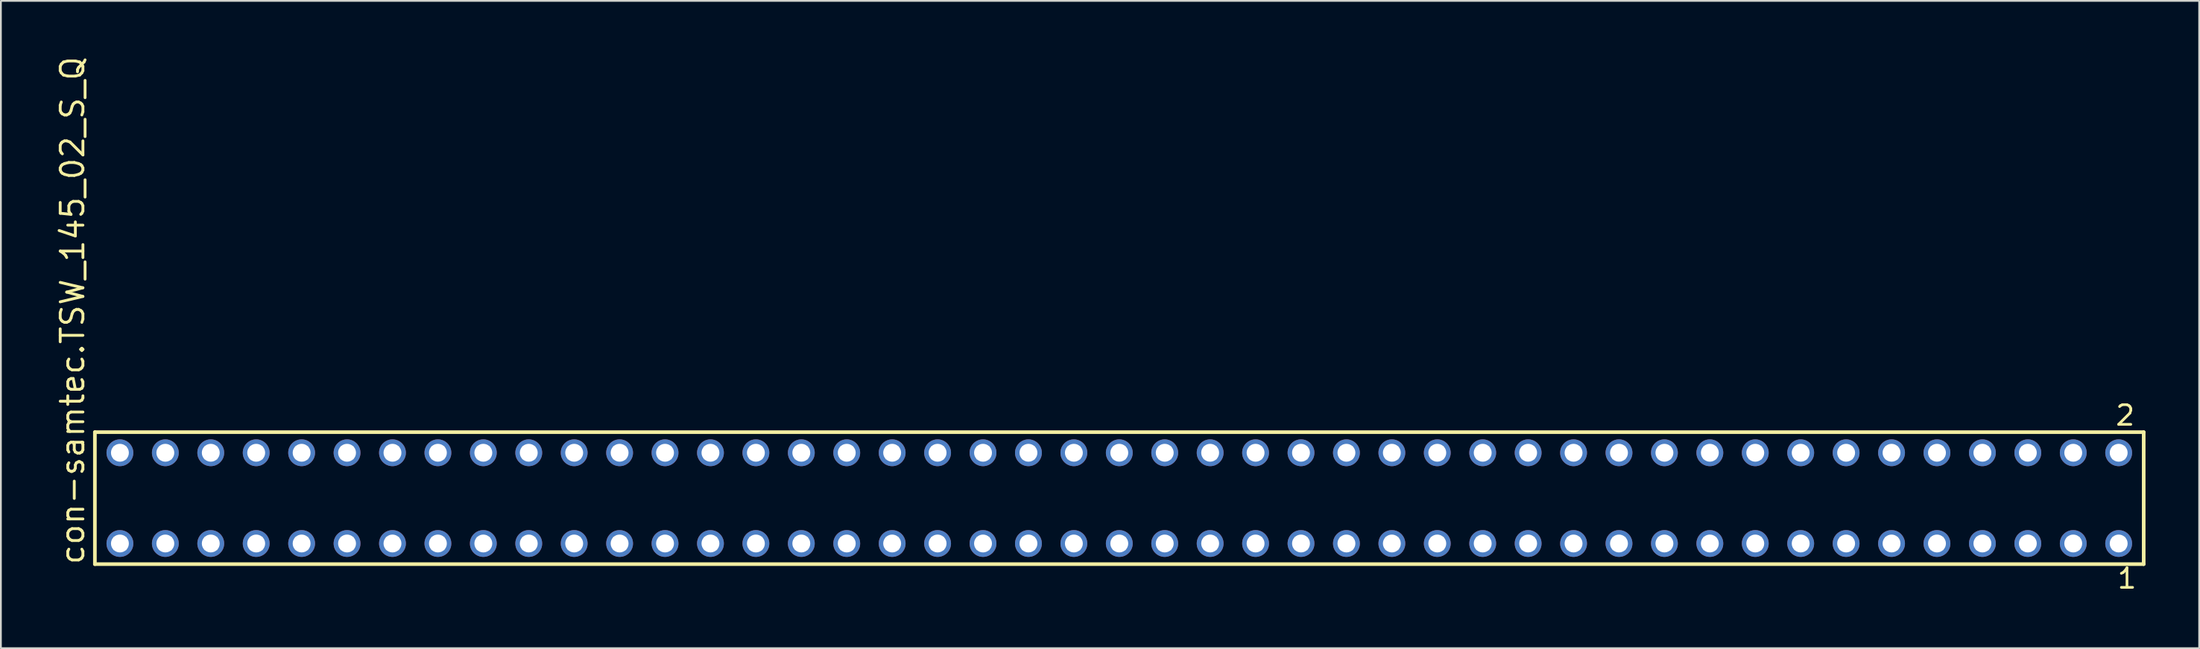
<source format=kicad_pcb>
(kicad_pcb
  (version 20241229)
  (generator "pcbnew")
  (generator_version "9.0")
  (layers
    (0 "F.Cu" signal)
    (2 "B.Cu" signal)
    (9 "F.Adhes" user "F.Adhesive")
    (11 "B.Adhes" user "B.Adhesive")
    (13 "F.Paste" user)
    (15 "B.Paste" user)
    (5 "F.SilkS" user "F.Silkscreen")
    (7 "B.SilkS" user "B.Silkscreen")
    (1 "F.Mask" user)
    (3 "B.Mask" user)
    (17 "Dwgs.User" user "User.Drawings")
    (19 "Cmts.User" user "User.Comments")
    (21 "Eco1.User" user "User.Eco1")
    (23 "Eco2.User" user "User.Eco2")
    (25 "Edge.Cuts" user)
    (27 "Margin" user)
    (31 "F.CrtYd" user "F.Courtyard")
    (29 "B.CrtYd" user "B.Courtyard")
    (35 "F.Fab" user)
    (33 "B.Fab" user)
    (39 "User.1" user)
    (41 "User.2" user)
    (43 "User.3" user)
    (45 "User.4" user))
  (footprint "con-samtec.TSW_145_02_S_Q"
    (layer "F.Cu")
    (at 59.535 24.84)
    (property "Reference" "con-samtec.TSW_145_02_S_Q" (at -57.785 3.81 90) (layer "F.SilkS") (effects (font (size 1.27 1.27) (thickness 0.16)) (justify left bottom)))
    (attr through_hole)
    (fp_line (start -57.279 -3.695) (end 57.279 -3.695) (stroke (width 0.203) (type default)) (layer "F.SilkS"))
    (fp_line (start -57.279 3.695) (end -57.279 -3.695) (stroke (width 0.203) (type default)) (layer "F.SilkS"))
    (fp_line (start 57.279 -3.695) (end 57.279 3.695) (stroke (width 0.203) (type default)) (layer "F.SilkS"))
    (fp_line (start 57.279 3.695) (end -57.279 3.695) (stroke (width 0.203) (type default)) (layer "F.SilkS"))
    (fp_rect (start -56.23 -2.19) (end -55.53 -2.89) (stroke (width 0.05) (type default)) (fill no) (layer "F.Fab"))
    (fp_rect (start -56.23 2.89) (end -55.53 2.19) (stroke (width 0.05) (type default)) (fill no) (layer "F.Fab"))
    (fp_rect (start -53.69 -2.19) (end -52.99 -2.89) (stroke (width 0.05) (type default)) (fill no) (layer "F.Fab"))
    (fp_rect (start -53.69 2.89) (end -52.99 2.19) (stroke (width 0.05) (type default)) (fill no) (layer "F.Fab"))
    (fp_rect (start -51.15 -2.19) (end -50.45 -2.89) (stroke (width 0.05) (type default)) (fill no) (layer "F.Fab"))
    (fp_rect (start -51.15 2.89) (end -50.45 2.19) (stroke (width 0.05) (type default)) (fill no) (layer "F.Fab"))
    (fp_rect (start -48.61 -2.19) (end -47.91 -2.89) (stroke (width 0.05) (type default)) (fill no) (layer "F.Fab"))
    (fp_rect (start -48.61 2.89) (end -47.91 2.19) (stroke (width 0.05) (type default)) (fill no) (layer "F.Fab"))
    (fp_rect (start -46.07 -2.19) (end -45.37 -2.89) (stroke (width 0.05) (type default)) (fill no) (layer "F.Fab"))
    (fp_rect (start -46.07 2.89) (end -45.37 2.19) (stroke (width 0.05) (type default)) (fill no) (layer "F.Fab"))
    (fp_rect (start -43.53 -2.19) (end -42.83 -2.89) (stroke (width 0.05) (type default)) (fill no) (layer "F.Fab"))
    (fp_rect (start -43.53 2.89) (end -42.83 2.19) (stroke (width 0.05) (type default)) (fill no) (layer "F.Fab"))
    (fp_rect (start -40.99 -2.19) (end -40.29 -2.89) (stroke (width 0.05) (type default)) (fill no) (layer "F.Fab"))
    (fp_rect (start -40.99 2.89) (end -40.29 2.19) (stroke (width 0.05) (type default)) (fill no) (layer "F.Fab"))
    (fp_rect (start -38.45 -2.19) (end -37.75 -2.89) (stroke (width 0.05) (type default)) (fill no) (layer "F.Fab"))
    (fp_rect (start -38.45 2.89) (end -37.75 2.19) (stroke (width 0.05) (type default)) (fill no) (layer "F.Fab"))
    (fp_rect (start -35.91 -2.19) (end -35.21 -2.89) (stroke (width 0.05) (type default)) (fill no) (layer "F.Fab"))
    (fp_rect (start -35.91 2.89) (end -35.21 2.19) (stroke (width 0.05) (type default)) (fill no) (layer "F.Fab"))
    (fp_rect (start -33.37 -2.19) (end -32.67 -2.89) (stroke (width 0.05) (type default)) (fill no) (layer "F.Fab"))
    (fp_rect (start -33.37 2.89) (end -32.67 2.19) (stroke (width 0.05) (type default)) (fill no) (layer "F.Fab"))
    (fp_rect (start -30.83 -2.19) (end -30.13 -2.89) (stroke (width 0.05) (type default)) (fill no) (layer "F.Fab"))
    (fp_rect (start -30.83 2.89) (end -30.13 2.19) (stroke (width 0.05) (type default)) (fill no) (layer "F.Fab"))
    (fp_rect (start -28.29 -2.19) (end -27.59 -2.89) (stroke (width 0.05) (type default)) (fill no) (layer "F.Fab"))
    (fp_rect (start -28.29 2.89) (end -27.59 2.19) (stroke (width 0.05) (type default)) (fill no) (layer "F.Fab"))
    (fp_rect (start -25.75 -2.19) (end -25.05 -2.89) (stroke (width 0.05) (type default)) (fill no) (layer "F.Fab"))
    (fp_rect (start -25.75 2.89) (end -25.05 2.19) (stroke (width 0.05) (type default)) (fill no) (layer "F.Fab"))
    (fp_rect (start -23.21 -2.19) (end -22.51 -2.89) (stroke (width 0.05) (type default)) (fill no) (layer "F.Fab"))
    (fp_rect (start -23.21 2.89) (end -22.51 2.19) (stroke (width 0.05) (type default)) (fill no) (layer "F.Fab"))
    (fp_rect (start -20.67 -2.19) (end -19.97 -2.89) (stroke (width 0.05) (type default)) (fill no) (layer "F.Fab"))
    (fp_rect (start -20.67 2.89) (end -19.97 2.19) (stroke (width 0.05) (type default)) (fill no) (layer "F.Fab"))
    (fp_rect (start -18.13 -2.19) (end -17.43 -2.89) (stroke (width 0.05) (type default)) (fill no) (layer "F.Fab"))
    (fp_rect (start -18.13 2.89) (end -17.43 2.19) (stroke (width 0.05) (type default)) (fill no) (layer "F.Fab"))
    (fp_rect (start -15.59 -2.19) (end -14.89 -2.89) (stroke (width 0.05) (type default)) (fill no) (layer "F.Fab"))
    (fp_rect (start -15.59 2.89) (end -14.89 2.19) (stroke (width 0.05) (type default)) (fill no) (layer "F.Fab"))
    (fp_rect (start -13.05 -2.19) (end -12.35 -2.89) (stroke (width 0.05) (type default)) (fill no) (layer "F.Fab"))
    (fp_rect (start -13.05 2.89) (end -12.35 2.19) (stroke (width 0.05) (type default)) (fill no) (layer "F.Fab"))
    (fp_rect (start -10.51 -2.19) (end -9.81 -2.89) (stroke (width 0.05) (type default)) (fill no) (layer "F.Fab"))
    (fp_rect (start -10.51 2.89) (end -9.81 2.19) (stroke (width 0.05) (type default)) (fill no) (layer "F.Fab"))
    (fp_rect (start -7.97 -2.19) (end -7.27 -2.89) (stroke (width 0.05) (type default)) (fill no) (layer "F.Fab"))
    (fp_rect (start -7.97 2.89) (end -7.27 2.19) (stroke (width 0.05) (type default)) (fill no) (layer "F.Fab"))
    (fp_rect (start -5.43 -2.19) (end -4.73 -2.89) (stroke (width 0.05) (type default)) (fill no) (layer "F.Fab"))
    (fp_rect (start -5.43 2.89) (end -4.73 2.19) (stroke (width 0.05) (type default)) (fill no) (layer "F.Fab"))
    (fp_rect (start -2.89 -2.19) (end -2.19 -2.89) (stroke (width 0.05) (type default)) (fill no) (layer "F.Fab"))
    (fp_rect (start -2.89 2.89) (end -2.19 2.19) (stroke (width 0.05) (type default)) (fill no) (layer "F.Fab"))
    (fp_rect (start -0.35 -2.19) (end 0.35 -2.89) (stroke (width 0.05) (type default)) (fill no) (layer "F.Fab"))
    (fp_rect (start -0.35 2.89) (end 0.35 2.19) (stroke (width 0.05) (type default)) (fill no) (layer "F.Fab"))
    (fp_rect (start 2.19 -2.19) (end 2.89 -2.89) (stroke (width 0.05) (type default)) (fill no) (layer "F.Fab"))
    (fp_rect (start 2.19 2.89) (end 2.89 2.19) (stroke (width 0.05) (type default)) (fill no) (layer "F.Fab"))
    (fp_rect (start 4.73 -2.19) (end 5.43 -2.89) (stroke (width 0.05) (type default)) (fill no) (layer "F.Fab"))
    (fp_rect (start 4.73 2.89) (end 5.43 2.19) (stroke (width 0.05) (type default)) (fill no) (layer "F.Fab"))
    (fp_rect (start 7.27 -2.19) (end 7.97 -2.89) (stroke (width 0.05) (type default)) (fill no) (layer "F.Fab"))
    (fp_rect (start 7.27 2.89) (end 7.97 2.19) (stroke (width 0.05) (type default)) (fill no) (layer "F.Fab"))
    (fp_rect (start 9.81 -2.19) (end 10.51 -2.89) (stroke (width 0.05) (type default)) (fill no) (layer "F.Fab"))
    (fp_rect (start 9.81 2.89) (end 10.51 2.19) (stroke (width 0.05) (type default)) (fill no) (layer "F.Fab"))
    (fp_rect (start 12.35 -2.19) (end 13.05 -2.89) (stroke (width 0.05) (type default)) (fill no) (layer "F.Fab"))
    (fp_rect (start 12.35 2.89) (end 13.05 2.19) (stroke (width 0.05) (type default)) (fill no) (layer "F.Fab"))
    (fp_rect (start 14.89 -2.19) (end 15.59 -2.89) (stroke (width 0.05) (type default)) (fill no) (layer "F.Fab"))
    (fp_rect (start 14.89 2.89) (end 15.59 2.19) (stroke (width 0.05) (type default)) (fill no) (layer "F.Fab"))
    (fp_rect (start 17.43 -2.19) (end 18.13 -2.89) (stroke (width 0.05) (type default)) (fill no) (layer "F.Fab"))
    (fp_rect (start 17.43 2.89) (end 18.13 2.19) (stroke (width 0.05) (type default)) (fill no) (layer "F.Fab"))
    (fp_rect (start 19.97 -2.19) (end 20.67 -2.89) (stroke (width 0.05) (type default)) (fill no) (layer "F.Fab"))
    (fp_rect (start 19.97 2.89) (end 20.67 2.19) (stroke (width 0.05) (type default)) (fill no) (layer "F.Fab"))
    (fp_rect (start 22.51 -2.19) (end 23.21 -2.89) (stroke (width 0.05) (type default)) (fill no) (layer "F.Fab"))
    (fp_rect (start 22.51 2.89) (end 23.21 2.19) (stroke (width 0.05) (type default)) (fill no) (layer "F.Fab"))
    (fp_rect (start 25.05 -2.19) (end 25.75 -2.89) (stroke (width 0.05) (type default)) (fill no) (layer "F.Fab"))
    (fp_rect (start 25.05 2.89) (end 25.75 2.19) (stroke (width 0.05) (type default)) (fill no) (layer "F.Fab"))
    (fp_rect (start 27.59 -2.19) (end 28.29 -2.89) (stroke (width 0.05) (type default)) (fill no) (layer "F.Fab"))
    (fp_rect (start 27.59 2.89) (end 28.29 2.19) (stroke (width 0.05) (type default)) (fill no) (layer "F.Fab"))
    (fp_rect (start 30.13 -2.19) (end 30.83 -2.89) (stroke (width 0.05) (type default)) (fill no) (layer "F.Fab"))
    (fp_rect (start 30.13 2.89) (end 30.83 2.19) (stroke (width 0.05) (type default)) (fill no) (layer "F.Fab"))
    (fp_rect (start 32.67 -2.19) (end 33.37 -2.89) (stroke (width 0.05) (type default)) (fill no) (layer "F.Fab"))
    (fp_rect (start 32.67 2.89) (end 33.37 2.19) (stroke (width 0.05) (type default)) (fill no) (layer "F.Fab"))
    (fp_rect (start 35.21 -2.19) (end 35.91 -2.89) (stroke (width 0.05) (type default)) (fill no) (layer "F.Fab"))
    (fp_rect (start 35.21 2.89) (end 35.91 2.19) (stroke (width 0.05) (type default)) (fill no) (layer "F.Fab"))
    (fp_rect (start 37.75 -2.19) (end 38.45 -2.89) (stroke (width 0.05) (type default)) (fill no) (layer "F.Fab"))
    (fp_rect (start 37.75 2.89) (end 38.45 2.19) (stroke (width 0.05) (type default)) (fill no) (layer "F.Fab"))
    (fp_rect (start 40.29 -2.19) (end 40.99 -2.89) (stroke (width 0.05) (type default)) (fill no) (layer "F.Fab"))
    (fp_rect (start 40.29 2.89) (end 40.99 2.19) (stroke (width 0.05) (type default)) (fill no) (layer "F.Fab"))
    (fp_rect (start 42.83 -2.19) (end 43.53 -2.89) (stroke (width 0.05) (type default)) (fill no) (layer "F.Fab"))
    (fp_rect (start 42.83 2.89) (end 43.53 2.19) (stroke (width 0.05) (type default)) (fill no) (layer "F.Fab"))
    (fp_rect (start 45.37 -2.19) (end 46.07 -2.89) (stroke (width 0.05) (type default)) (fill no) (layer "F.Fab"))
    (fp_rect (start 45.37 2.89) (end 46.07 2.19) (stroke (width 0.05) (type default)) (fill no) (layer "F.Fab"))
    (fp_rect (start 47.91 -2.19) (end 48.61 -2.89) (stroke (width 0.05) (type default)) (fill no) (layer "F.Fab"))
    (fp_rect (start 47.91 2.89) (end 48.61 2.19) (stroke (width 0.05) (type default)) (fill no) (layer "F.Fab"))
    (fp_rect (start 50.45 -2.19) (end 51.15 -2.89) (stroke (width 0.05) (type default)) (fill no) (layer "F.Fab"))
    (fp_rect (start 50.45 2.89) (end 51.15 2.19) (stroke (width 0.05) (type default)) (fill no) (layer "F.Fab"))
    (fp_rect (start 52.99 -2.19) (end 53.69 -2.89) (stroke (width 0.05) (type default)) (fill no) (layer "F.Fab"))
    (fp_rect (start 52.99 2.89) (end 53.69 2.19) (stroke (width 0.05) (type default)) (fill no) (layer "F.Fab"))
    (fp_rect (start 55.53 -2.19) (end 56.23 -2.89) (stroke (width 0.05) (type default)) (fill no) (layer "F.Fab"))
    (fp_rect (start 55.53 2.89) (end 56.23 2.19) (stroke (width 0.05) (type default)) (fill no) (layer "F.Fab"))
    (fp_text user "2" (at 55.622 -3.989 0) (layer "F.SilkS") (effects (font (size 1.1 1.1) (thickness 0.15)) (justify left bottom)))
    (fp_text user "1" (at 55.722 5.138 0) (layer "F.SilkS") (effects (font (size 1.1 1.1) (thickness 0.15)) (justify left bottom)))
    (pad "1" thru_hole circle (at 55.88 2.54 180) (size 1.5 1.5) (drill 1) (layers "*.Cu" "*.Mask"))
    (pad "2" thru_hole circle (at 55.88 -2.54 180) (size 1.5 1.5) (drill 1) (layers "*.Cu" "*.Mask"))
    (pad "3" thru_hole circle (at 53.34 2.54 180) (size 1.5 1.5) (drill 1) (layers "*.Cu" "*.Mask"))
    (pad "4" thru_hole circle (at 53.34 -2.54 180) (size 1.5 1.5) (drill 1) (layers "*.Cu" "*.Mask"))
    (pad "5" thru_hole circle (at 50.8 2.54 180) (size 1.5 1.5) (drill 1) (layers "*.Cu" "*.Mask"))
    (pad "6" thru_hole circle (at 50.8 -2.54 180) (size 1.5 1.5) (drill 1) (layers "*.Cu" "*.Mask"))
    (pad "7" thru_hole circle (at 48.26 2.54 180) (size 1.5 1.5) (drill 1) (layers "*.Cu" "*.Mask"))
    (pad "8" thru_hole circle (at 48.26 -2.54 180) (size 1.5 1.5) (drill 1) (layers "*.Cu" "*.Mask"))
    (pad "9" thru_hole circle (at 45.72 2.54 180) (size 1.5 1.5) (drill 1) (layers "*.Cu" "*.Mask"))
    (pad "10" thru_hole circle (at 45.72 -2.54 180) (size 1.5 1.5) (drill 1) (layers "*.Cu" "*.Mask"))
    (pad "11" thru_hole circle (at 43.18 2.54 180) (size 1.5 1.5) (drill 1) (layers "*.Cu" "*.Mask"))
    (pad "12" thru_hole circle (at 43.18 -2.54 180) (size 1.5 1.5) (drill 1) (layers "*.Cu" "*.Mask"))
    (pad "13" thru_hole circle (at 40.64 2.54 180) (size 1.5 1.5) (drill 1) (layers "*.Cu" "*.Mask"))
    (pad "14" thru_hole circle (at 40.64 -2.54 180) (size 1.5 1.5) (drill 1) (layers "*.Cu" "*.Mask"))
    (pad "15" thru_hole circle (at 38.1 2.54 180) (size 1.5 1.5) (drill 1) (layers "*.Cu" "*.Mask"))
    (pad "16" thru_hole circle (at 38.1 -2.54 180) (size 1.5 1.5) (drill 1) (layers "*.Cu" "*.Mask"))
    (pad "17" thru_hole circle (at 35.56 2.54 180) (size 1.5 1.5) (drill 1) (layers "*.Cu" "*.Mask"))
    (pad "18" thru_hole circle (at 35.56 -2.54 180) (size 1.5 1.5) (drill 1) (layers "*.Cu" "*.Mask"))
    (pad "19" thru_hole circle (at 33.02 2.54 180) (size 1.5 1.5) (drill 1) (layers "*.Cu" "*.Mask"))
    (pad "20" thru_hole circle (at 33.02 -2.54 180) (size 1.5 1.5) (drill 1) (layers "*.Cu" "*.Mask"))
    (pad "21" thru_hole circle (at 30.48 2.54 180) (size 1.5 1.5) (drill 1) (layers "*.Cu" "*.Mask"))
    (pad "22" thru_hole circle (at 30.48 -2.54 180) (size 1.5 1.5) (drill 1) (layers "*.Cu" "*.Mask"))
    (pad "23" thru_hole circle (at 27.94 2.54 180) (size 1.5 1.5) (drill 1) (layers "*.Cu" "*.Mask"))
    (pad "24" thru_hole circle (at 27.94 -2.54 180) (size 1.5 1.5) (drill 1) (layers "*.Cu" "*.Mask"))
    (pad "25" thru_hole circle (at 25.4 2.54 180) (size 1.5 1.5) (drill 1) (layers "*.Cu" "*.Mask"))
    (pad "26" thru_hole circle (at 25.4 -2.54 180) (size 1.5 1.5) (drill 1) (layers "*.Cu" "*.Mask"))
    (pad "27" thru_hole circle (at 22.86 2.54 180) (size 1.5 1.5) (drill 1) (layers "*.Cu" "*.Mask"))
    (pad "28" thru_hole circle (at 22.86 -2.54 180) (size 1.5 1.5) (drill 1) (layers "*.Cu" "*.Mask"))
    (pad "29" thru_hole circle (at 20.32 2.54 180) (size 1.5 1.5) (drill 1) (layers "*.Cu" "*.Mask"))
    (pad "30" thru_hole circle (at 20.32 -2.54 180) (size 1.5 1.5) (drill 1) (layers "*.Cu" "*.Mask"))
    (pad "31" thru_hole circle (at 17.78 2.54 180) (size 1.5 1.5) (drill 1) (layers "*.Cu" "*.Mask"))
    (pad "32" thru_hole circle (at 17.78 -2.54 180) (size 1.5 1.5) (drill 1) (layers "*.Cu" "*.Mask"))
    (pad "33" thru_hole circle (at 15.24 2.54 180) (size 1.5 1.5) (drill 1) (layers "*.Cu" "*.Mask"))
    (pad "34" thru_hole circle (at 15.24 -2.54 180) (size 1.5 1.5) (drill 1) (layers "*.Cu" "*.Mask"))
    (pad "35" thru_hole circle (at 12.7 2.54 180) (size 1.5 1.5) (drill 1) (layers "*.Cu" "*.Mask"))
    (pad "36" thru_hole circle (at 12.7 -2.54 180) (size 1.5 1.5) (drill 1) (layers "*.Cu" "*.Mask"))
    (pad "37" thru_hole circle (at 10.16 2.54 180) (size 1.5 1.5) (drill 1) (layers "*.Cu" "*.Mask"))
    (pad "38" thru_hole circle (at 10.16 -2.54 180) (size 1.5 1.5) (drill 1) (layers "*.Cu" "*.Mask"))
    (pad "39" thru_hole circle (at 7.62 2.54 180) (size 1.5 1.5) (drill 1) (layers "*.Cu" "*.Mask"))
    (pad "40" thru_hole circle (at 7.62 -2.54 180) (size 1.5 1.5) (drill 1) (layers "*.Cu" "*.Mask"))
    (pad "41" thru_hole circle (at 5.08 2.54 180) (size 1.5 1.5) (drill 1) (layers "*.Cu" "*.Mask"))
    (pad "42" thru_hole circle (at 5.08 -2.54 180) (size 1.5 1.5) (drill 1) (layers "*.Cu" "*.Mask"))
    (pad "43" thru_hole circle (at 2.54 2.54 180) (size 1.5 1.5) (drill 1) (layers "*.Cu" "*.Mask"))
    (pad "44" thru_hole circle (at 2.54 -2.54 180) (size 1.5 1.5) (drill 1) (layers "*.Cu" "*.Mask"))
    (pad "45" thru_hole circle (at 0 2.54 180) (size 1.5 1.5) (drill 1) (layers "*.Cu" "*.Mask"))
    (pad "46" thru_hole circle (at 0 -2.54 180) (size 1.5 1.5) (drill 1) (layers "*.Cu" "*.Mask"))
    (pad "47" thru_hole circle (at -2.54 2.54 180) (size 1.5 1.5) (drill 1) (layers "*.Cu" "*.Mask"))
    (pad "48" thru_hole circle (at -2.54 -2.54 180) (size 1.5 1.5) (drill 1) (layers "*.Cu" "*.Mask"))
    (pad "49" thru_hole circle (at -5.08 2.54 180) (size 1.5 1.5) (drill 1) (layers "*.Cu" "*.Mask"))
    (pad "50" thru_hole circle (at -5.08 -2.54 180) (size 1.5 1.5) (drill 1) (layers "*.Cu" "*.Mask"))
    (pad "51" thru_hole circle (at -7.62 2.54 180) (size 1.5 1.5) (drill 1) (layers "*.Cu" "*.Mask"))
    (pad "52" thru_hole circle (at -7.62 -2.54 180) (size 1.5 1.5) (drill 1) (layers "*.Cu" "*.Mask"))
    (pad "53" thru_hole circle (at -10.16 2.54 180) (size 1.5 1.5) (drill 1) (layers "*.Cu" "*.Mask"))
    (pad "54" thru_hole circle (at -10.16 -2.54 180) (size 1.5 1.5) (drill 1) (layers "*.Cu" "*.Mask"))
    (pad "55" thru_hole circle (at -12.7 2.54 180) (size 1.5 1.5) (drill 1) (layers "*.Cu" "*.Mask"))
    (pad "56" thru_hole circle (at -12.7 -2.54 180) (size 1.5 1.5) (drill 1) (layers "*.Cu" "*.Mask"))
    (pad "57" thru_hole circle (at -15.24 2.54 180) (size 1.5 1.5) (drill 1) (layers "*.Cu" "*.Mask"))
    (pad "58" thru_hole circle (at -15.24 -2.54 180) (size 1.5 1.5) (drill 1) (layers "*.Cu" "*.Mask"))
    (pad "59" thru_hole circle (at -17.78 2.54 180) (size 1.5 1.5) (drill 1) (layers "*.Cu" "*.Mask"))
    (pad "60" thru_hole circle (at -17.78 -2.54 180) (size 1.5 1.5) (drill 1) (layers "*.Cu" "*.Mask"))
    (pad "61" thru_hole circle (at -20.32 2.54 180) (size 1.5 1.5) (drill 1) (layers "*.Cu" "*.Mask"))
    (pad "62" thru_hole circle (at -20.32 -2.54 180) (size 1.5 1.5) (drill 1) (layers "*.Cu" "*.Mask"))
    (pad "63" thru_hole circle (at -22.86 2.54 180) (size 1.5 1.5) (drill 1) (layers "*.Cu" "*.Mask"))
    (pad "64" thru_hole circle (at -22.86 -2.54 180) (size 1.5 1.5) (drill 1) (layers "*.Cu" "*.Mask"))
    (pad "65" thru_hole circle (at -25.4 2.54 180) (size 1.5 1.5) (drill 1) (layers "*.Cu" "*.Mask"))
    (pad "66" thru_hole circle (at -25.4 -2.54 180) (size 1.5 1.5) (drill 1) (layers "*.Cu" "*.Mask"))
    (pad "67" thru_hole circle (at -27.94 2.54 180) (size 1.5 1.5) (drill 1) (layers "*.Cu" "*.Mask"))
    (pad "68" thru_hole circle (at -27.94 -2.54 180) (size 1.5 1.5) (drill 1) (layers "*.Cu" "*.Mask"))
    (pad "69" thru_hole circle (at -30.48 2.54 180) (size 1.5 1.5) (drill 1) (layers "*.Cu" "*.Mask"))
    (pad "70" thru_hole circle (at -30.48 -2.54 180) (size 1.5 1.5) (drill 1) (layers "*.Cu" "*.Mask"))
    (pad "71" thru_hole circle (at -33.02 2.54 180) (size 1.5 1.5) (drill 1) (layers "*.Cu" "*.Mask"))
    (pad "72" thru_hole circle (at -33.02 -2.54 180) (size 1.5 1.5) (drill 1) (layers "*.Cu" "*.Mask"))
    (pad "73" thru_hole circle (at -35.56 2.54 180) (size 1.5 1.5) (drill 1) (layers "*.Cu" "*.Mask"))
    (pad "74" thru_hole circle (at -35.56 -2.54 180) (size 1.5 1.5) (drill 1) (layers "*.Cu" "*.Mask"))
    (pad "75" thru_hole circle (at -38.1 2.54 180) (size 1.5 1.5) (drill 1) (layers "*.Cu" "*.Mask"))
    (pad "76" thru_hole circle (at -38.1 -2.54 180) (size 1.5 1.5) (drill 1) (layers "*.Cu" "*.Mask"))
    (pad "77" thru_hole circle (at -40.64 2.54 180) (size 1.5 1.5) (drill 1) (layers "*.Cu" "*.Mask"))
    (pad "78" thru_hole circle (at -40.64 -2.54 180) (size 1.5 1.5) (drill 1) (layers "*.Cu" "*.Mask"))
    (pad "79" thru_hole circle (at -43.18 2.54 180) (size 1.5 1.5) (drill 1) (layers "*.Cu" "*.Mask"))
    (pad "80" thru_hole circle (at -43.18 -2.54 180) (size 1.5 1.5) (drill 1) (layers "*.Cu" "*.Mask"))
    (pad "81" thru_hole circle (at -45.72 2.54 180) (size 1.5 1.5) (drill 1) (layers "*.Cu" "*.Mask"))
    (pad "82" thru_hole circle (at -45.72 -2.54 180) (size 1.5 1.5) (drill 1) (layers "*.Cu" "*.Mask"))
    (pad "83" thru_hole circle (at -48.26 2.54 180) (size 1.5 1.5) (drill 1) (layers "*.Cu" "*.Mask"))
    (pad "84" thru_hole circle (at -48.26 -2.54 180) (size 1.5 1.5) (drill 1) (layers "*.Cu" "*.Mask"))
    (pad "85" thru_hole circle (at -50.8 2.54 180) (size 1.5 1.5) (drill 1) (layers "*.Cu" "*.Mask"))
    (pad "86" thru_hole circle (at -50.8 -2.54 180) (size 1.5 1.5) (drill 1) (layers "*.Cu" "*.Mask"))
    (pad "87" thru_hole circle (at -53.34 2.54 180) (size 1.5 1.5) (drill 1) (layers "*.Cu" "*.Mask"))
    (pad "88" thru_hole circle (at -53.34 -2.54 180) (size 1.5 1.5) (drill 1) (layers "*.Cu" "*.Mask"))
    (pad "89" thru_hole circle (at -55.88 2.54 180) (size 1.5 1.5) (drill 1) (layers "*.Cu" "*.Mask"))
    (pad "90" thru_hole circle (at -55.88 -2.54 180) (size 1.5 1.5) (drill 1) (layers "*.Cu" "*.Mask")))
  (gr_rect
    (start -3 -3)
    (end 119.916 33.241)
    (stroke (width 0.1) (type default))
    (fill no)
    (layer "Edge.Cuts")))
</source>
